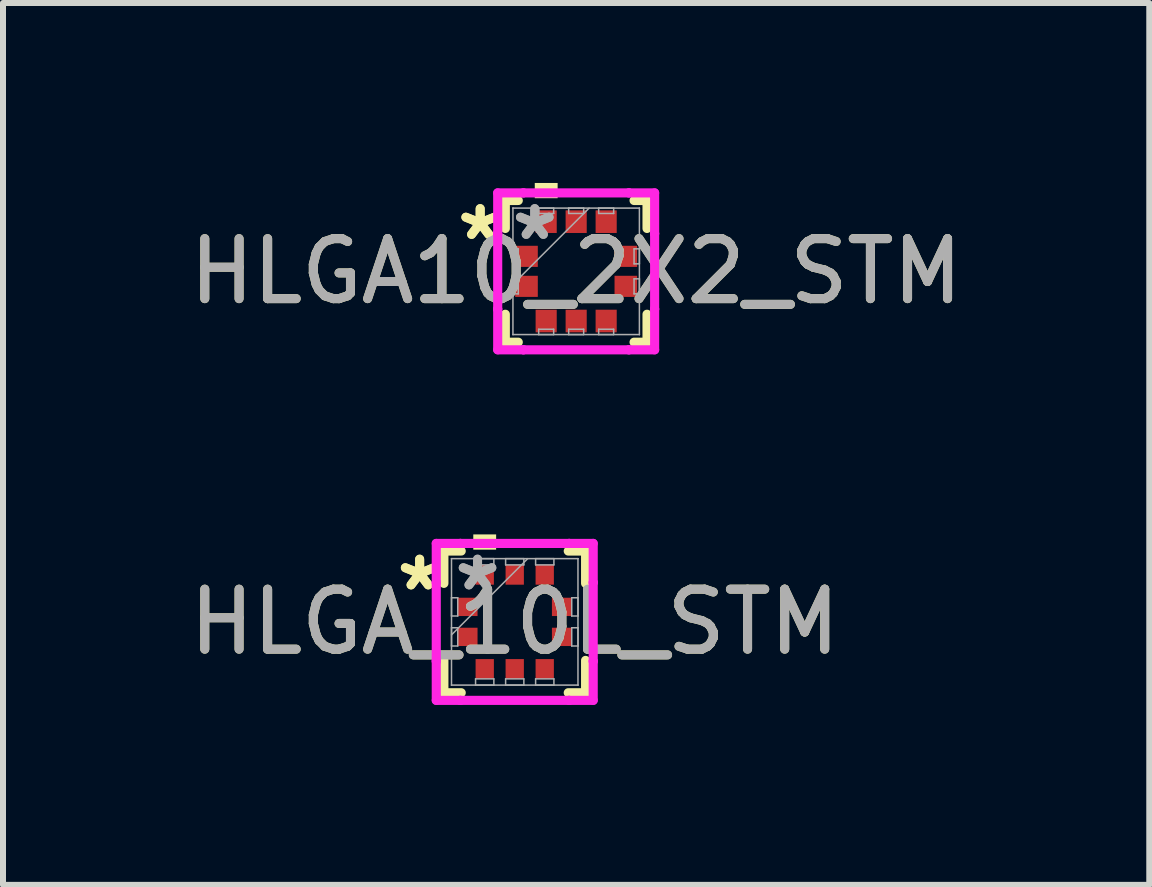
<source format=kicad_pcb>
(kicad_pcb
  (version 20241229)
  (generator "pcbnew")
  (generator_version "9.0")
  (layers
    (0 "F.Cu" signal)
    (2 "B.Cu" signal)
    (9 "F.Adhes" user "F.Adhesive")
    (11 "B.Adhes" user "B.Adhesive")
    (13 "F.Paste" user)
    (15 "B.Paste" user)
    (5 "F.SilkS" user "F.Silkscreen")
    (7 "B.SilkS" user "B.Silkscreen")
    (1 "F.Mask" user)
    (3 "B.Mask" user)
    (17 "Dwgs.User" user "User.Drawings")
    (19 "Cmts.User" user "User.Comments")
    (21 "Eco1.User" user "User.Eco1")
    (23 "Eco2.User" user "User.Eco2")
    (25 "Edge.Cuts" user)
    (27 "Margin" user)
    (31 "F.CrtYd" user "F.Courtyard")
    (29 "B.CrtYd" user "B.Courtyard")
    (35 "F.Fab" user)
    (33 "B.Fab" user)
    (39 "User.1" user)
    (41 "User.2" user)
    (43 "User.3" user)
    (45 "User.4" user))
  (footprint "HLGA_10L_STM"
    (layer "F.Cu")
    (at 5.53 7.316)
    (property "Reference" "HLGA_10L_STM" (at 0 0 0) (unlocked yes) (layer "F.SilkS") (effects (font (size 1 1) (thickness 0.15))))
    (attr smd)
    (fp_line (start -1.181 -1.181) (end -1.181 -0.642) (stroke (width 0.152) (type solid)) (layer "F.SilkS"))
    (fp_line (start -1.181 0.642) (end -1.181 1.181) (stroke (width 0.152) (type solid)) (layer "F.SilkS"))
    (fp_line (start -1.181 1.181) (end -0.892 1.181) (stroke (width 0.152) (type solid)) (layer "F.SilkS"))
    (fp_line (start -0.892 -1.181) (end -1.181 -1.181) (stroke (width 0.152) (type solid)) (layer "F.SilkS"))
    (fp_line (start 0.892 1.181) (end 1.181 1.181) (stroke (width 0.152) (type solid)) (layer "F.SilkS"))
    (fp_line (start 1.181 -1.181) (end 0.892 -1.181) (stroke (width 0.152) (type solid)) (layer "F.SilkS"))
    (fp_line (start 1.181 -0.642) (end 1.181 -1.181) (stroke (width 0.152) (type solid)) (layer "F.SilkS"))
    (fp_line (start 1.181 1.181) (end 1.181 0.642) (stroke (width 0.152) (type solid)) (layer "F.SilkS"))
    (fp_poly (pts (xy -0.691 -1.204) (xy -0.691 -1.458) (xy -0.31 -1.458) (xy -0.31 -1.204)) (stroke (width 0) (type solid)) (fill yes) (layer "F.SilkS"))
    (fp_line (start -1.308 -1.308) (end -0.907 -1.308) (stroke (width 0.152) (type solid)) (layer "F.CrtYd"))
    (fp_line (start -1.308 -0.656) (end -1.308 -1.308) (stroke (width 0.152) (type solid)) (layer "F.CrtYd"))
    (fp_line (start -1.308 -0.656) (end -1.308 -0.656) (stroke (width 0.152) (type solid)) (layer "F.CrtYd"))
    (fp_line (start -1.308 0.656) (end -1.308 -0.656) (stroke (width 0.152) (type solid)) (layer "F.CrtYd"))
    (fp_line (start -1.308 0.656) (end -1.308 0.656) (stroke (width 0.152) (type solid)) (layer "F.CrtYd"))
    (fp_line (start -1.308 1.308) (end -1.308 0.656) (stroke (width 0.152) (type solid)) (layer "F.CrtYd"))
    (fp_line (start -0.907 -1.308) (end -0.907 -1.308) (stroke (width 0.152) (type solid)) (layer "F.CrtYd"))
    (fp_line (start -0.907 -1.308) (end 0.907 -1.308) (stroke (width 0.152) (type solid)) (layer "F.CrtYd"))
    (fp_line (start -0.907 1.308) (end -1.308 1.308) (stroke (width 0.152) (type solid)) (layer "F.CrtYd"))
    (fp_line (start -0.907 1.308) (end -0.907 1.308) (stroke (width 0.152) (type solid)) (layer "F.CrtYd"))
    (fp_line (start 0.907 -1.308) (end 0.907 -1.308) (stroke (width 0.152) (type solid)) (layer "F.CrtYd"))
    (fp_line (start 0.907 -1.308) (end 1.308 -1.308) (stroke (width 0.152) (type solid)) (layer "F.CrtYd"))
    (fp_line (start 0.907 1.308) (end -0.907 1.308) (stroke (width 0.152) (type solid)) (layer "F.CrtYd"))
    (fp_line (start 0.907 1.308) (end 0.907 1.308) (stroke (width 0.152) (type solid)) (layer "F.CrtYd"))
    (fp_line (start 1.308 -1.308) (end 1.308 -0.656) (stroke (width 0.152) (type solid)) (layer "F.CrtYd"))
    (fp_line (start 1.308 -0.656) (end 1.308 -0.656) (stroke (width 0.152) (type solid)) (layer "F.CrtYd"))
    (fp_line (start 1.308 -0.656) (end 1.308 0.656) (stroke (width 0.152) (type solid)) (layer "F.CrtYd"))
    (fp_line (start 1.308 0.656) (end 1.308 0.656) (stroke (width 0.152) (type solid)) (layer "F.CrtYd"))
    (fp_line (start 1.308 0.656) (end 1.308 1.308) (stroke (width 0.152) (type solid)) (layer "F.CrtYd"))
    (fp_line (start 1.308 1.308) (end 0.907 1.308) (stroke (width 0.152) (type solid)) (layer "F.CrtYd"))
    (fp_line (start -1.054 -1.054) (end -1.054 -1.054) (stroke (width 0.025) (type solid)) (layer "F.Fab"))
    (fp_line (start -1.054 -1.054) (end -1.054 1.054) (stroke (width 0.025) (type solid)) (layer "F.Fab"))
    (fp_line (start -1.054 -0.402) (end -0.95 -0.402) (stroke (width 0.025) (type solid)) (layer "F.Fab"))
    (fp_line (start -1.054 -0.098) (end -1.054 -0.402) (stroke (width 0.025) (type solid)) (layer "F.Fab"))
    (fp_line (start -1.054 0.098) (end -0.95 0.098) (stroke (width 0.025) (type solid)) (layer "F.Fab"))
    (fp_line (start -1.054 0.216) (end 0.216 -1.054) (stroke (width 0.025) (type solid)) (layer "F.Fab"))
    (fp_line (start -1.054 0.402) (end -1.054 0.098) (stroke (width 0.025) (type solid)) (layer "F.Fab"))
    (fp_line (start -1.054 1.054) (end -1.054 1.054) (stroke (width 0.025) (type solid)) (layer "F.Fab"))
    (fp_line (start -1.054 1.054) (end 1.054 1.054) (stroke (width 0.025) (type solid)) (layer "F.Fab"))
    (fp_line (start -0.95 -0.402) (end -0.95 -0.098) (stroke (width 0.025) (type solid)) (layer "F.Fab"))
    (fp_line (start -0.95 -0.098) (end -1.054 -0.098) (stroke (width 0.025) (type solid)) (layer "F.Fab"))
    (fp_line (start -0.95 0.098) (end -0.95 0.402) (stroke (width 0.025) (type solid)) (layer "F.Fab"))
    (fp_line (start -0.95 0.402) (end -1.054 0.402) (stroke (width 0.025) (type solid)) (layer "F.Fab"))
    (fp_line (start -0.653 -1.054) (end -0.348 -1.054) (stroke (width 0.025) (type solid)) (layer "F.Fab"))
    (fp_line (start -0.653 -0.95) (end -0.653 -1.054) (stroke (width 0.025) (type solid)) (layer "F.Fab"))
    (fp_line (start -0.653 0.95) (end -0.348 0.95) (stroke (width 0.025) (type solid)) (layer "F.Fab"))
    (fp_line (start -0.653 1.054) (end -0.653 0.95) (stroke (width 0.025) (type solid)) (layer "F.Fab"))
    (fp_line (start -0.348 -1.054) (end -0.348 -0.95) (stroke (width 0.025) (type solid)) (layer "F.Fab"))
    (fp_line (start -0.348 -0.95) (end -0.653 -0.95) (stroke (width 0.025) (type solid)) (layer "F.Fab"))
    (fp_line (start -0.348 0.95) (end -0.348 1.054) (stroke (width 0.025) (type solid)) (layer "F.Fab"))
    (fp_line (start -0.348 1.054) (end -0.653 1.054) (stroke (width 0.025) (type solid)) (layer "F.Fab"))
    (fp_line (start -0.152 -1.054) (end 0.152 -1.054) (stroke (width 0.025) (type solid)) (layer "F.Fab"))
    (fp_line (start -0.152 -0.95) (end -0.152 -1.054) (stroke (width 0.025) (type solid)) (layer "F.Fab"))
    (fp_line (start -0.152 0.95) (end 0.152 0.95) (stroke (width 0.025) (type solid)) (layer "F.Fab"))
    (fp_line (start -0.152 1.054) (end -0.152 0.95) (stroke (width 0.025) (type solid)) (layer "F.Fab"))
    (fp_line (start 0.152 -1.054) (end 0.152 -0.95) (stroke (width 0.025) (type solid)) (layer "F.Fab"))
    (fp_line (start 0.152 -0.95) (end -0.152 -0.95) (stroke (width 0.025) (type solid)) (layer "F.Fab"))
    (fp_line (start 0.152 0.95) (end 0.152 1.054) (stroke (width 0.025) (type solid)) (layer "F.Fab"))
    (fp_line (start 0.152 1.054) (end -0.152 1.054) (stroke (width 0.025) (type solid)) (layer "F.Fab"))
    (fp_line (start 0.348 -1.054) (end 0.653 -1.054) (stroke (width 0.025) (type solid)) (layer "F.Fab"))
    (fp_line (start 0.348 -0.95) (end 0.348 -1.054) (stroke (width 0.025) (type solid)) (layer "F.Fab"))
    (fp_line (start 0.348 0.95) (end 0.653 0.95) (stroke (width 0.025) (type solid)) (layer "F.Fab"))
    (fp_line (start 0.348 1.054) (end 0.348 0.95) (stroke (width 0.025) (type solid)) (layer "F.Fab"))
    (fp_line (start 0.653 -1.054) (end 0.653 -0.95) (stroke (width 0.025) (type solid)) (layer "F.Fab"))
    (fp_line (start 0.653 -0.95) (end 0.348 -0.95) (stroke (width 0.025) (type solid)) (layer "F.Fab"))
    (fp_line (start 0.653 0.95) (end 0.653 1.054) (stroke (width 0.025) (type solid)) (layer "F.Fab"))
    (fp_line (start 0.653 1.054) (end 0.348 1.054) (stroke (width 0.025) (type solid)) (layer "F.Fab"))
    (fp_line (start 0.95 -0.402) (end 1.054 -0.402) (stroke (width 0.025) (type solid)) (layer "F.Fab"))
    (fp_line (start 0.95 -0.098) (end 0.95 -0.402) (stroke (width 0.025) (type solid)) (layer "F.Fab"))
    (fp_line (start 0.95 0.098) (end 1.054 0.098) (stroke (width 0.025) (type solid)) (layer "F.Fab"))
    (fp_line (start 0.95 0.402) (end 0.95 0.098) (stroke (width 0.025) (type solid)) (layer "F.Fab"))
    (fp_line (start 1.054 -1.054) (end -1.054 -1.054) (stroke (width 0.025) (type solid)) (layer "F.Fab"))
    (fp_line (start 1.054 -1.054) (end 1.054 -1.054) (stroke (width 0.025) (type solid)) (layer "F.Fab"))
    (fp_line (start 1.054 -0.402) (end 1.054 -0.098) (stroke (width 0.025) (type solid)) (layer "F.Fab"))
    (fp_line (start 1.054 -0.098) (end 0.95 -0.098) (stroke (width 0.025) (type solid)) (layer "F.Fab"))
    (fp_line (start 1.054 0.098) (end 1.054 0.402) (stroke (width 0.025) (type solid)) (layer "F.Fab"))
    (fp_line (start 1.054 0.402) (end 0.95 0.402) (stroke (width 0.025) (type solid)) (layer "F.Fab"))
    (fp_line (start 1.054 1.054) (end 1.054 -1.054) (stroke (width 0.025) (type solid)) (layer "F.Fab"))
    (fp_line (start 1.054 1.054) (end 1.054 1.054) (stroke (width 0.025) (type solid)) (layer "F.Fab"))
    (fp_text user "*" (at -1.585 -0.5 0) (unlocked yes) (layer "F.SilkS") (effects (font (size 1 1) (thickness 0.15))))
    (fp_text user "*" (at -1.585 -0.5 0) (layer "F.SilkS") (effects (font (size 1 1) (thickness 0.15))))
    (fp_text user "*" (at -0.62 -0.5 0) (layer "F.Fab") (effects (font (size 1 1) (thickness 0.15))))
    (fp_text user "*" (at -0.62 -0.5 0) (unlocked yes) (layer "F.Fab") (effects (font (size 1 1) (thickness 0.15))))
    (fp_text user "${REFERENCE}" (at 0 0 0) (unlocked yes) (layer "F.Fab") (effects (font (size 1 1) (thickness 0.15))))
    (pad "1" smd rect (at -0.785 -0.25 90) (size 0.305 0.33) (layers "F.Cu" "F.Mask" "F.Paste"))
    (pad "2" smd rect (at -0.785 0.25 90) (size 0.305 0.33) (layers "F.Cu" "F.Mask" "F.Paste"))
    (pad "3" smd rect (at -0.5 0.785) (size 0.305 0.33) (layers "F.Cu" "F.Mask" "F.Paste"))
    (pad "4" smd rect (at 0 0.785) (size 0.305 0.33) (layers "F.Cu" "F.Mask" "F.Paste"))
    (pad "5" smd rect (at 0.5 0.785) (size 0.305 0.33) (layers "F.Cu" "F.Mask" "F.Paste"))
    (pad "6" smd rect (at 0.785 0.25 90) (size 0.305 0.33) (layers "F.Cu" "F.Mask" "F.Paste"))
    (pad "7" smd rect (at 0.785 -0.25 90) (size 0.305 0.33) (layers "F.Cu" "F.Mask" "F.Paste"))
    (pad "8" smd rect (at 0.5 -0.785) (size 0.305 0.33) (layers "F.Cu" "F.Mask" "F.Paste"))
    (pad "9" smd rect (at 0 -0.785) (size 0.305 0.33) (layers "F.Cu" "F.Mask" "F.Paste"))
    (pad "10" smd rect (at -0.5 -0.785) (size 0.305 0.33) (layers "F.Cu" "F.Mask" "F.Paste")))
  (footprint "HLGA10_2X2_STM"
    (layer "F.Cu")
    (at 6.554 1.473)
    (property "Reference" "HLGA10_2X2_STM" (at 0 0 0) (unlocked yes) (layer "F.SilkS") (effects (font (size 1 1) (thickness 0.15))))
    (attr smd)
    (fp_line (start -1.181 -1.181) (end -1.181 -0.715) (stroke (width 0.152) (type solid)) (layer "F.SilkS"))
    (fp_line (start -1.181 0.715) (end -1.181 1.181) (stroke (width 0.152) (type solid)) (layer "F.SilkS"))
    (fp_line (start -1.181 1.181) (end -0.965 1.181) (stroke (width 0.152) (type solid)) (layer "F.SilkS"))
    (fp_line (start -0.965 -1.181) (end -1.181 -1.181) (stroke (width 0.152) (type solid)) (layer "F.SilkS"))
    (fp_line (start 0.965 1.181) (end 1.181 1.181) (stroke (width 0.152) (type solid)) (layer "F.SilkS"))
    (fp_line (start 1.181 -1.181) (end 0.965 -1.181) (stroke (width 0.152) (type solid)) (layer "F.SilkS"))
    (fp_line (start 1.181 -0.715) (end 1.181 -1.181) (stroke (width 0.152) (type solid)) (layer "F.SilkS"))
    (fp_line (start 1.181 1.181) (end 1.181 0.715) (stroke (width 0.152) (type solid)) (layer "F.SilkS"))
    (fp_poly (pts (xy -0.69 -1.219) (xy -0.69 -1.473) (xy -0.309 -1.473) (xy -0.309 -1.219)) (stroke (width 0) (type solid)) (fill yes) (layer "F.SilkS"))
    (fp_line (start -1.308 -1.308) (end -0.879 -1.308) (stroke (width 0.152) (type solid)) (layer "F.CrtYd"))
    (fp_line (start -1.308 -0.629) (end -1.308 -1.308) (stroke (width 0.152) (type solid)) (layer "F.CrtYd"))
    (fp_line (start -1.308 -0.629) (end -1.308 -0.629) (stroke (width 0.152) (type solid)) (layer "F.CrtYd"))
    (fp_line (start -1.308 0.629) (end -1.308 -0.629) (stroke (width 0.152) (type solid)) (layer "F.CrtYd"))
    (fp_line (start -1.308 0.629) (end -1.308 0.629) (stroke (width 0.152) (type solid)) (layer "F.CrtYd"))
    (fp_line (start -1.308 1.308) (end -1.308 0.629) (stroke (width 0.152) (type solid)) (layer "F.CrtYd"))
    (fp_line (start -0.879 -1.308) (end -0.879 -1.308) (stroke (width 0.152) (type solid)) (layer "F.CrtYd"))
    (fp_line (start -0.879 -1.308) (end 0.879 -1.308) (stroke (width 0.152) (type solid)) (layer "F.CrtYd"))
    (fp_line (start -0.879 1.308) (end -1.308 1.308) (stroke (width 0.152) (type solid)) (layer "F.CrtYd"))
    (fp_line (start -0.879 1.308) (end -0.879 1.308) (stroke (width 0.152) (type solid)) (layer "F.CrtYd"))
    (fp_line (start 0.879 -1.308) (end 0.879 -1.308) (stroke (width 0.152) (type solid)) (layer "F.CrtYd"))
    (fp_line (start 0.879 -1.308) (end 1.308 -1.308) (stroke (width 0.152) (type solid)) (layer "F.CrtYd"))
    (fp_line (start 0.879 1.308) (end -0.879 1.308) (stroke (width 0.152) (type solid)) (layer "F.CrtYd"))
    (fp_line (start 0.879 1.308) (end 0.879 1.308) (stroke (width 0.152) (type solid)) (layer "F.CrtYd"))
    (fp_line (start 1.308 -1.308) (end 1.308 -0.629) (stroke (width 0.152) (type solid)) (layer "F.CrtYd"))
    (fp_line (start 1.308 -0.629) (end 1.308 -0.629) (stroke (width 0.152) (type solid)) (layer "F.CrtYd"))
    (fp_line (start 1.308 -0.629) (end 1.308 0.629) (stroke (width 0.152) (type solid)) (layer "F.CrtYd"))
    (fp_line (start 1.308 0.629) (end 1.308 0.629) (stroke (width 0.152) (type solid)) (layer "F.CrtYd"))
    (fp_line (start 1.308 0.629) (end 1.308 1.308) (stroke (width 0.152) (type solid)) (layer "F.CrtYd"))
    (fp_line (start 1.308 1.308) (end 0.879 1.308) (stroke (width 0.152) (type solid)) (layer "F.CrtYd"))
    (fp_line (start -1.054 -1.054) (end -1.054 -1.054) (stroke (width 0.025) (type solid)) (layer "F.Fab"))
    (fp_line (start -1.054 -1.054) (end -1.054 1.054) (stroke (width 0.025) (type solid)) (layer "F.Fab"))
    (fp_line (start -1.054 -0.375) (end -0.965 -0.375) (stroke (width 0.025) (type solid)) (layer "F.Fab"))
    (fp_line (start -1.054 -0.125) (end -1.054 -0.375) (stroke (width 0.025) (type solid)) (layer "F.Fab"))
    (fp_line (start -1.054 0.125) (end -0.965 0.125) (stroke (width 0.025) (type solid)) (layer "F.Fab"))
    (fp_line (start -1.054 0.216) (end 0.216 -1.054) (stroke (width 0.025) (type solid)) (layer "F.Fab"))
    (fp_line (start -1.054 0.375) (end -1.054 0.125) (stroke (width 0.025) (type solid)) (layer "F.Fab"))
    (fp_line (start -1.054 1.054) (end -1.054 1.054) (stroke (width 0.025) (type solid)) (layer "F.Fab"))
    (fp_line (start -1.054 1.054) (end 1.054 1.054) (stroke (width 0.025) (type solid)) (layer "F.Fab"))
    (fp_line (start -0.965 -0.375) (end -0.965 -0.125) (stroke (width 0.025) (type solid)) (layer "F.Fab"))
    (fp_line (start -0.965 -0.125) (end -1.054 -0.125) (stroke (width 0.025) (type solid)) (layer "F.Fab"))
    (fp_line (start -0.965 0.125) (end -0.965 0.375) (stroke (width 0.025) (type solid)) (layer "F.Fab"))
    (fp_line (start -0.965 0.375) (end -1.054 0.375) (stroke (width 0.025) (type solid)) (layer "F.Fab"))
    (fp_line (start -0.625 -1.054) (end -0.375 -1.054) (stroke (width 0.025) (type solid)) (layer "F.Fab"))
    (fp_line (start -0.625 -0.965) (end -0.625 -1.054) (stroke (width 0.025) (type solid)) (layer "F.Fab"))
    (fp_line (start -0.625 0.965) (end -0.375 0.965) (stroke (width 0.025) (type solid)) (layer "F.Fab"))
    (fp_line (start -0.625 1.054) (end -0.625 0.965) (stroke (width 0.025) (type solid)) (layer "F.Fab"))
    (fp_line (start -0.375 -1.054) (end -0.375 -0.965) (stroke (width 0.025) (type solid)) (layer "F.Fab"))
    (fp_line (start -0.375 -0.965) (end -0.625 -0.965) (stroke (width 0.025) (type solid)) (layer "F.Fab"))
    (fp_line (start -0.375 0.965) (end -0.375 1.054) (stroke (width 0.025) (type solid)) (layer "F.Fab"))
    (fp_line (start -0.375 1.054) (end -0.625 1.054) (stroke (width 0.025) (type solid)) (layer "F.Fab"))
    (fp_line (start -0.125 -1.054) (end 0.125 -1.054) (stroke (width 0.025) (type solid)) (layer "F.Fab"))
    (fp_line (start -0.125 -0.965) (end -0.125 -1.054) (stroke (width 0.025) (type solid)) (layer "F.Fab"))
    (fp_line (start -0.125 0.965) (end 0.125 0.965) (stroke (width 0.025) (type solid)) (layer "F.Fab"))
    (fp_line (start -0.125 1.054) (end -0.125 0.965) (stroke (width 0.025) (type solid)) (layer "F.Fab"))
    (fp_line (start 0.125 -1.054) (end 0.125 -0.965) (stroke (width 0.025) (type solid)) (layer "F.Fab"))
    (fp_line (start 0.125 -0.965) (end -0.125 -0.965) (stroke (width 0.025) (type solid)) (layer "F.Fab"))
    (fp_line (start 0.125 0.965) (end 0.125 1.054) (stroke (width 0.025) (type solid)) (layer "F.Fab"))
    (fp_line (start 0.125 1.054) (end -0.125 1.054) (stroke (width 0.025) (type solid)) (layer "F.Fab"))
    (fp_line (start 0.375 -1.054) (end 0.625 -1.054) (stroke (width 0.025) (type solid)) (layer "F.Fab"))
    (fp_line (start 0.375 -0.965) (end 0.375 -1.054) (stroke (width 0.025) (type solid)) (layer "F.Fab"))
    (fp_line (start 0.375 0.965) (end 0.625 0.965) (stroke (width 0.025) (type solid)) (layer "F.Fab"))
    (fp_line (start 0.375 1.054) (end 0.375 0.965) (stroke (width 0.025) (type solid)) (layer "F.Fab"))
    (fp_line (start 0.625 -1.054) (end 0.625 -0.965) (stroke (width 0.025) (type solid)) (layer "F.Fab"))
    (fp_line (start 0.625 -0.965) (end 0.375 -0.965) (stroke (width 0.025) (type solid)) (layer "F.Fab"))
    (fp_line (start 0.625 0.965) (end 0.625 1.054) (stroke (width 0.025) (type solid)) (layer "F.Fab"))
    (fp_line (start 0.625 1.054) (end 0.375 1.054) (stroke (width 0.025) (type solid)) (layer "F.Fab"))
    (fp_line (start 0.965 -0.375) (end 1.054 -0.375) (stroke (width 0.025) (type solid)) (layer "F.Fab"))
    (fp_line (start 0.965 -0.125) (end 0.965 -0.375) (stroke (width 0.025) (type solid)) (layer "F.Fab"))
    (fp_line (start 0.965 0.125) (end 1.054 0.125) (stroke (width 0.025) (type solid)) (layer "F.Fab"))
    (fp_line (start 0.965 0.375) (end 0.965 0.125) (stroke (width 0.025) (type solid)) (layer "F.Fab"))
    (fp_line (start 1.054 -1.054) (end -1.054 -1.054) (stroke (width 0.025) (type solid)) (layer "F.Fab"))
    (fp_line (start 1.054 -1.054) (end 1.054 -1.054) (stroke (width 0.025) (type solid)) (layer "F.Fab"))
    (fp_line (start 1.054 -0.375) (end 1.054 -0.125) (stroke (width 0.025) (type solid)) (layer "F.Fab"))
    (fp_line (start 1.054 -0.125) (end 0.965 -0.125) (stroke (width 0.025) (type solid)) (layer "F.Fab"))
    (fp_line (start 1.054 0.125) (end 1.054 0.375) (stroke (width 0.025) (type solid)) (layer "F.Fab"))
    (fp_line (start 1.054 0.375) (end 0.965 0.375) (stroke (width 0.025) (type solid)) (layer "F.Fab"))
    (fp_line (start 1.054 1.054) (end 1.054 -1.054) (stroke (width 0.025) (type solid)) (layer "F.Fab"))
    (fp_line (start 1.054 1.054) (end 1.054 1.054) (stroke (width 0.025) (type solid)) (layer "F.Fab"))
    (fp_text user "*" (at -1.6 -0.5 0) (unlocked yes) (layer "F.SilkS") (effects (font (size 1 1) (thickness 0.15))))
    (fp_text user "*" (at -1.6 -0.5 0) (layer "F.SilkS") (effects (font (size 1 1) (thickness 0.15))))
    (fp_text user "${REFERENCE}" (at 0 0 0) (unlocked yes) (layer "F.Fab") (effects (font (size 1 1) (thickness 0.15))))
    (fp_text user "*" (at -0.69 -0.5 0) (unlocked yes) (layer "F.Fab") (effects (font (size 1 1) (thickness 0.15))))
    (fp_text user "*" (at -0.69 -0.5 0) (layer "F.Fab") (effects (font (size 1 1) (thickness 0.15))))
    (pad "1" smd rect (at -0.828 -0.25 90) (size 0.352 0.377) (layers "F.Cu" "F.Mask" "F.Paste"))
    (pad "2" smd rect (at -0.828 0.25 90) (size 0.352 0.377) (layers "F.Cu" "F.Mask" "F.Paste"))
    (pad "3" smd rect (at -0.5 0.828) (size 0.352 0.377) (layers "F.Cu" "F.Mask" "F.Paste"))
    (pad "4" smd rect (at 0 0.828) (size 0.352 0.377) (layers "F.Cu" "F.Mask" "F.Paste"))
    (pad "5" smd rect (at 0.5 0.828) (size 0.352 0.377) (layers "F.Cu" "F.Mask" "F.Paste"))
    (pad "6" smd rect (at 0.828 0.25 90) (size 0.352 0.377) (layers "F.Cu" "F.Mask" "F.Paste"))
    (pad "7" smd rect (at 0.828 -0.25 90) (size 0.352 0.377) (layers "F.Cu" "F.Mask" "F.Paste"))
    (pad "8" smd rect (at 0.5 -0.828) (size 0.352 0.377) (layers "F.Cu" "F.Mask" "F.Paste"))
    (pad "9" smd rect (at 0 -0.828) (size 0.352 0.377) (layers "F.Cu" "F.Mask" "F.Paste"))
    (pad "10" smd rect (at -0.5 -0.828) (size 0.352 0.377) (layers "F.Cu" "F.Mask" "F.Paste")))
  (gr_rect
    (start -3 -3)
    (end 16.107 11.7)
    (stroke (width 0.1) (type default))
    (fill no)
    (layer "Edge.Cuts")))
</source>
